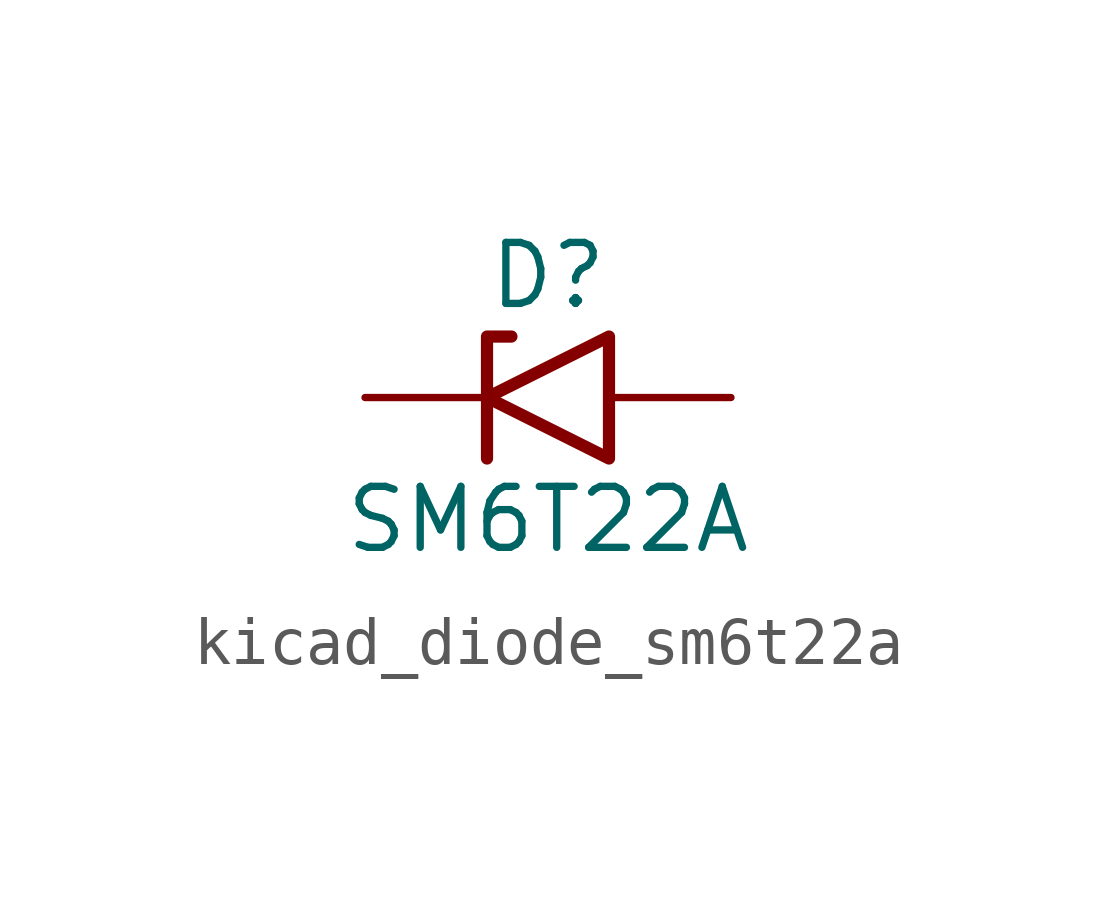
<source format=kicad_sym>
(kicad_symbol_lib
  (version 20220914)
  (generator kicad_symbol_editor)
  (symbol "kicad_diode_sm6t22a"
    (pin_numbers hide)
    (pin_names
      (offset 1.016) hide)
    (property "Reference" "D"
      (at 0 2.54 0)
      (effects (font (size 1.27 1.27))))
    (property "Value" "SM6T22A"
      (at 0 -2.54 0)
      (effects (font (size 1.27 1.27))))
    (symbol "kicad_diode_sm6t22a_0_1"
      (polyline (pts (xy -0.762 1.27) (xy -1.27 1.27) (xy -1.27 -1.27)) (stroke (width 0.254) (type default)) (fill (type none)))
      (polyline (pts (xy 1.27 1.27) (xy 1.27 -1.27) (xy -1.27 0) (xy 1.27 1.27)) (stroke (width 0.254) (type default)) (fill (type none))))
    (symbol "kicad_diode_sm6t22a_1_1"
      (pin passive line (at -3.81 0 0) (length 2.54) (name "A1" (effects (font (size 1.27 1.27)))) (number "1" (effects (font (size 1.27 1.27)))))
      (pin passive line (at 3.81 0 180) (length 2.54) (name "A2" (effects (font (size 1.27 1.27)))) (number "2" (effects (font (size 1.27 1.27))))))))
</source>
